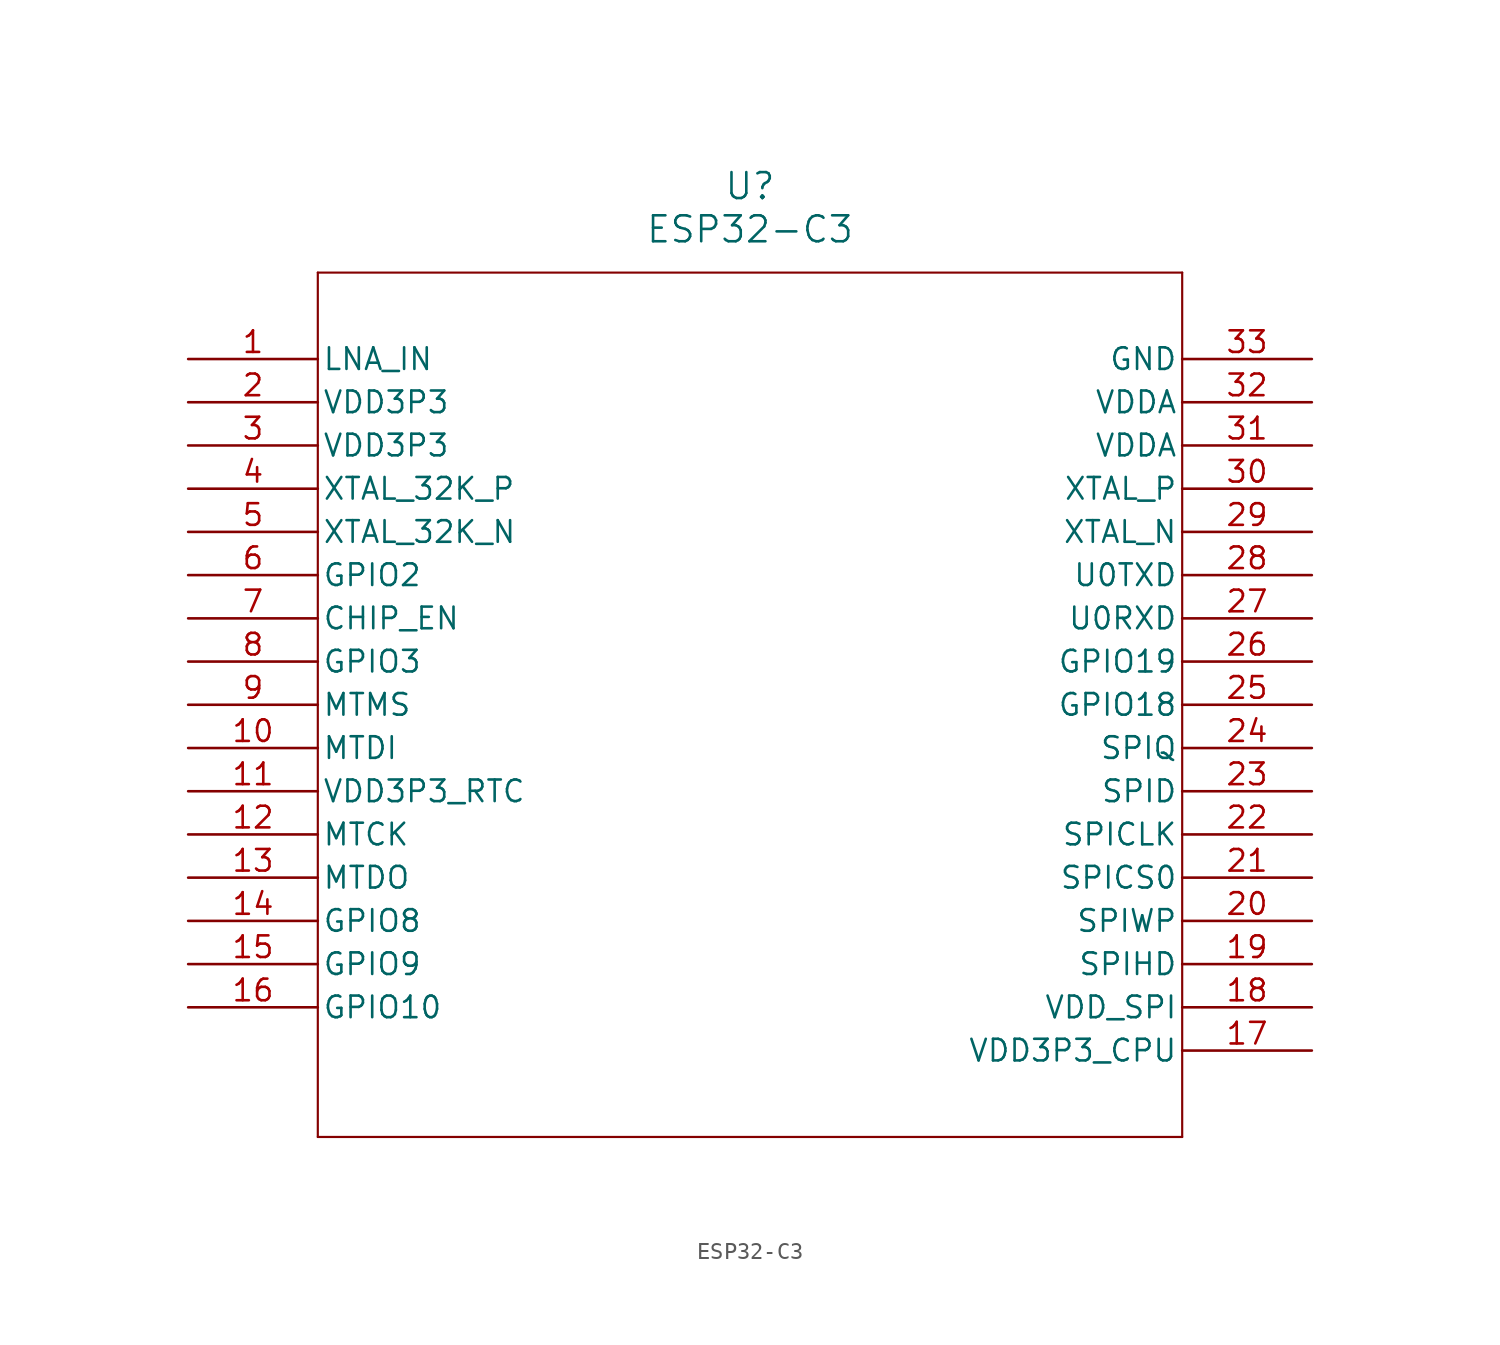
<source format=kicad_sym>
(kicad_symbol_lib
  (version 20211014)
  (generator kicad_symbol_editor)
  (symbol "ESP32-C3"
    (pin_names
      (offset 0.254))
    (property "Reference" "U"
      (at 33.02 10.16 0)
      (effects (font (size 1.524 1.524))))
    (property "Value" "ESP32-C3"
      (at 33.02 7.62 0)
      (effects (font (size 1.524 1.524))))
    (symbol "ESP32-C3_0_1"
      (polyline (pts (xy 7.62 5.08) (xy 7.62 -45.72)) (stroke (width 0.127) (type default) (color 0 0 0 0)) (fill (type none)))
      (polyline (pts (xy 7.62 -45.72) (xy 58.42 -45.72)) (stroke (width 0.127) (type default) (color 0 0 0 0)) (fill (type none)))
      (polyline (pts (xy 58.42 -45.72) (xy 58.42 5.08)) (stroke (width 0.127) (type default) (color 0 0 0 0)) (fill (type none)))
      (polyline (pts (xy 58.42 5.08) (xy 7.62 5.08)) (stroke (width 0.127) (type default) (color 0 0 0 0)) (fill (type none)))
      (pin bidirectional line (at 0 0 0) (length 7.62) (name "LNA_IN" (effects (font (size 1.27 1.27)))) (number "1" (effects (font (size 1.27 1.27)))))
      (pin power_in line (at 0 -2.54 0) (length 7.62) (name "VDD3P3" (effects (font (size 1.27 1.27)))) (number "2" (effects (font (size 1.27 1.27)))))
      (pin power_in line (at 0 -5.08 0) (length 7.62) (name "VDD3P3" (effects (font (size 1.27 1.27)))) (number "3" (effects (font (size 1.27 1.27)))))
      (pin bidirectional line (at 0 -7.62 0) (length 7.62) (name "XTAL_32K_P" (effects (font (size 1.27 1.27)))) (number "4" (effects (font (size 1.27 1.27)))))
      (pin bidirectional line (at 0 -10.16 0) (length 7.62) (name "XTAL_32K_N" (effects (font (size 1.27 1.27)))) (number "5" (effects (font (size 1.27 1.27)))))
      (pin bidirectional line (at 0 -12.7 0) (length 7.62) (name "GPIO2" (effects (font (size 1.27 1.27)))) (number "6" (effects (font (size 1.27 1.27)))))
      (pin input line (at 0 -15.24 0) (length 7.62) (name "CHIP_EN" (effects (font (size 1.27 1.27)))) (number "7" (effects (font (size 1.27 1.27)))))
      (pin bidirectional line (at 0 -17.78 0) (length 7.62) (name "GPIO3" (effects (font (size 1.27 1.27)))) (number "8" (effects (font (size 1.27 1.27)))))
      (pin bidirectional line (at 0 -20.32 0) (length 7.62) (name "MTMS" (effects (font (size 1.27 1.27)))) (number "9" (effects (font (size 1.27 1.27)))))
      (pin bidirectional line (at 0 -22.86 0) (length 7.62) (name "MTDI" (effects (font (size 1.27 1.27)))) (number "10" (effects (font (size 1.27 1.27)))))
      (pin power_in line (at 0 -25.4 0) (length 7.62) (name "VDD3P3_RTC" (effects (font (size 1.27 1.27)))) (number "11" (effects (font (size 1.27 1.27)))))
      (pin bidirectional line (at 0 -27.94 0) (length 7.62) (name "MTCK" (effects (font (size 1.27 1.27)))) (number "12" (effects (font (size 1.27 1.27)))))
      (pin bidirectional line (at 0 -30.48 0) (length 7.62) (name "MTDO" (effects (font (size 1.27 1.27)))) (number "13" (effects (font (size 1.27 1.27)))))
      (pin bidirectional line (at 0 -33.02 0) (length 7.62) (name "GPIO8" (effects (font (size 1.27 1.27)))) (number "14" (effects (font (size 1.27 1.27)))))
      (pin bidirectional line (at 0 -35.56 0) (length 7.62) (name "GPIO9" (effects (font (size 1.27 1.27)))) (number "15" (effects (font (size 1.27 1.27)))))
      (pin bidirectional line (at 0 -38.1 0) (length 7.62) (name "GPIO10" (effects (font (size 1.27 1.27)))) (number "16" (effects (font (size 1.27 1.27)))))
      (pin power_in line (at 66.04 -40.64 180) (length 7.62) (name "VDD3P3_CPU" (effects (font (size 1.27 1.27)))) (number "17" (effects (font (size 1.27 1.27)))))
      (pin power_in line (at 66.04 -38.1 180) (length 7.62) (name "VDD_SPI" (effects (font (size 1.27 1.27)))) (number "18" (effects (font (size 1.27 1.27)))))
      (pin bidirectional line (at 66.04 -35.56 180) (length 7.62) (name "SPIHD" (effects (font (size 1.27 1.27)))) (number "19" (effects (font (size 1.27 1.27)))))
      (pin bidirectional line (at 66.04 -33.02 180) (length 7.62) (name "SPIWP" (effects (font (size 1.27 1.27)))) (number "20" (effects (font (size 1.27 1.27)))))
      (pin bidirectional line (at 66.04 -30.48 180) (length 7.62) (name "SPICS0" (effects (font (size 1.27 1.27)))) (number "21" (effects (font (size 1.27 1.27)))))
      (pin bidirectional line (at 66.04 -27.94 180) (length 7.62) (name "SPICLK" (effects (font (size 1.27 1.27)))) (number "22" (effects (font (size 1.27 1.27)))))
      (pin bidirectional line (at 66.04 -25.4 180) (length 7.62) (name "SPID" (effects (font (size 1.27 1.27)))) (number "23" (effects (font (size 1.27 1.27)))))
      (pin bidirectional line (at 66.04 -22.86 180) (length 7.62) (name "SPIQ" (effects (font (size 1.27 1.27)))) (number "24" (effects (font (size 1.27 1.27)))))
      (pin bidirectional line (at 66.04 -20.32 180) (length 7.62) (name "GPIO18" (effects (font (size 1.27 1.27)))) (number "25" (effects (font (size 1.27 1.27)))))
      (pin bidirectional line (at 66.04 -17.78 180) (length 7.62) (name "GPIO19" (effects (font (size 1.27 1.27)))) (number "26" (effects (font (size 1.27 1.27)))))
      (pin bidirectional line (at 66.04 -15.24 180) (length 7.62) (name "U0RXD" (effects (font (size 1.27 1.27)))) (number "27" (effects (font (size 1.27 1.27)))))
      (pin bidirectional line (at 66.04 -12.7 180) (length 7.62) (name "U0TXD" (effects (font (size 1.27 1.27)))) (number "28" (effects (font (size 1.27 1.27)))))
      (pin output line (at 66.04 -10.16 180) (length 7.62) (name "XTAL_N" (effects (font (size 1.27 1.27)))) (number "29" (effects (font (size 1.27 1.27)))))
      (pin input line (at 66.04 -7.62 180) (length 7.62) (name "XTAL_P" (effects (font (size 1.27 1.27)))) (number "30" (effects (font (size 1.27 1.27)))))
      (pin power_in line (at 66.04 -5.08 180) (length 7.62) (name "VDDA" (effects (font (size 1.27 1.27)))) (number "31" (effects (font (size 1.27 1.27)))))
      (pin power_in line (at 66.04 -2.54 180) (length 7.62) (name "VDDA" (effects (font (size 1.27 1.27)))) (number "32" (effects (font (size 1.27 1.27)))))
      (pin power_out line (at 66.04 0 180) (length 7.62) (name "GND" (effects (font (size 1.27 1.27)))) (number "33" (effects (font (size 1.27 1.27))))))))
</source>
